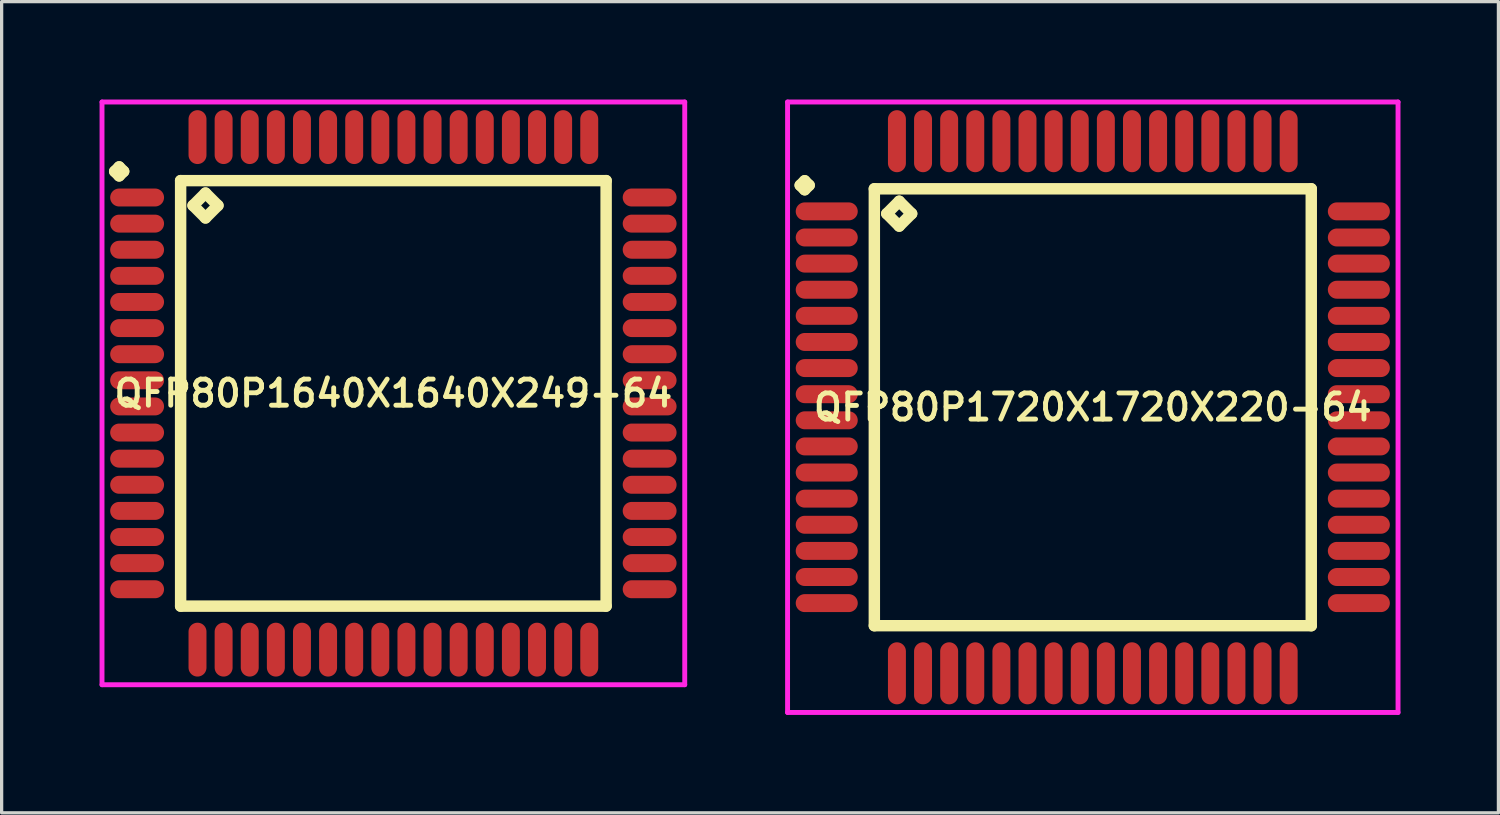
<source format=kicad_pcb>
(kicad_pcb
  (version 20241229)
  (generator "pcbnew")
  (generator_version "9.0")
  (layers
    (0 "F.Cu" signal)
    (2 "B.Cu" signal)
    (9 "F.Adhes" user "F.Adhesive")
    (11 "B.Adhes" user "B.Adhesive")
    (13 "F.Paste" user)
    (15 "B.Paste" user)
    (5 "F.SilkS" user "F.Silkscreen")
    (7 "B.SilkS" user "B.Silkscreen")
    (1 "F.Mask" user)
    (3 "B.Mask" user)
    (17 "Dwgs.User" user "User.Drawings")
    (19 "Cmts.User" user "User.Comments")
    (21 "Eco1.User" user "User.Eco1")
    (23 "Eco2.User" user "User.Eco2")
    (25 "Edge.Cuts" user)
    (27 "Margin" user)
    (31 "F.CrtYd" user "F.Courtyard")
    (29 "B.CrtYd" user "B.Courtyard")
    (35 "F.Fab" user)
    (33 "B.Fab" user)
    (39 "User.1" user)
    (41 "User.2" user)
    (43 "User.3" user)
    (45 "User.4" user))
  (footprint "QFP80P1720X1720X220-64"
    (layer "F.Cu")
    (at 30.425 9.425)
    (property "Reference" "QFP80P1720X1720X220-64" (at 0 0 0) (layer "F.SilkS") (effects (font (size 0.8 0.8) (thickness 0.15))))
    (attr smd)
    (fp_line (start -8.963 -6.8) (end -8.825 -6.938) (stroke (width 0.35) (type solid)) (layer "F.SilkS"))
    (fp_line (start -8.825 -6.938) (end -8.688 -6.8) (stroke (width 0.35) (type solid)) (layer "F.SilkS"))
    (fp_line (start -8.825 -6.662) (end -8.963 -6.8) (stroke (width 0.35) (type solid)) (layer "F.SilkS"))
    (fp_line (start -8.688 -6.8) (end -8.825 -6.662) (stroke (width 0.35) (type solid)) (layer "F.SilkS"))
    (fp_line (start -6.692 -6.692) (end -6.692 6.692) (stroke (width 0.35) (type solid)) (layer "F.SilkS"))
    (fp_line (start -6.692 6.692) (end 6.692 6.692) (stroke (width 0.35) (type solid)) (layer "F.SilkS"))
    (fp_line (start -6.311 -5.93) (end -5.93 -6.311) (stroke (width 0.35) (type solid)) (layer "F.SilkS"))
    (fp_line (start -5.93 -6.311) (end -5.549 -5.93) (stroke (width 0.35) (type solid)) (layer "F.SilkS"))
    (fp_line (start -5.93 -5.549) (end -6.311 -5.93) (stroke (width 0.35) (type solid)) (layer "F.SilkS"))
    (fp_line (start -5.549 -5.93) (end -5.93 -5.549) (stroke (width 0.35) (type solid)) (layer "F.SilkS"))
    (fp_line (start 6.692 -6.692) (end -6.692 -6.692) (stroke (width 0.35) (type solid)) (layer "F.SilkS"))
    (fp_line (start 6.692 6.692) (end 6.692 -6.692) (stroke (width 0.35) (type solid)) (layer "F.SilkS"))
    (fp_line (start -9.35 -9.35) (end 9.35 -9.35) (stroke (width 0.15) (type solid)) (layer "F.CrtYd"))
    (fp_line (start -9.35 9.35) (end -9.35 -9.35) (stroke (width 0.15) (type solid)) (layer "F.CrtYd"))
    (fp_line (start 9.35 -9.35) (end 9.35 9.35) (stroke (width 0.15) (type solid)) (layer "F.CrtYd"))
    (fp_line (start 9.35 9.35) (end -9.35 9.35) (stroke (width 0.15) (type solid)) (layer "F.CrtYd"))
    (pad "1" smd oval (at -8.15 -6) (size 1.9 0.55) (layers "F.Cu" "F.Mask" "F.Paste"))
    (pad "2" smd oval (at -8.15 -5.2) (size 1.9 0.55) (layers "F.Cu" "F.Mask" "F.Paste"))
    (pad "3" smd oval (at -8.15 -4.4) (size 1.9 0.55) (layers "F.Cu" "F.Mask" "F.Paste"))
    (pad "4" smd oval (at -8.15 -3.6) (size 1.9 0.55) (layers "F.Cu" "F.Mask" "F.Paste"))
    (pad "5" smd oval (at -8.15 -2.8) (size 1.9 0.55) (layers "F.Cu" "F.Mask" "F.Paste"))
    (pad "6" smd oval (at -8.15 -2) (size 1.9 0.55) (layers "F.Cu" "F.Mask" "F.Paste"))
    (pad "7" smd oval (at -8.15 -1.2) (size 1.9 0.55) (layers "F.Cu" "F.Mask" "F.Paste"))
    (pad "8" smd oval (at -8.15 -0.4) (size 1.9 0.55) (layers "F.Cu" "F.Mask" "F.Paste"))
    (pad "9" smd oval (at -8.15 0.4) (size 1.9 0.55) (layers "F.Cu" "F.Mask" "F.Paste"))
    (pad "10" smd oval (at -8.15 1.2) (size 1.9 0.55) (layers "F.Cu" "F.Mask" "F.Paste"))
    (pad "11" smd oval (at -8.15 2) (size 1.9 0.55) (layers "F.Cu" "F.Mask" "F.Paste"))
    (pad "12" smd oval (at -8.15 2.8) (size 1.9 0.55) (layers "F.Cu" "F.Mask" "F.Paste"))
    (pad "13" smd oval (at -8.15 3.6) (size 1.9 0.55) (layers "F.Cu" "F.Mask" "F.Paste"))
    (pad "14" smd oval (at -8.15 4.4) (size 1.9 0.55) (layers "F.Cu" "F.Mask" "F.Paste"))
    (pad "15" smd oval (at -8.15 5.2) (size 1.9 0.55) (layers "F.Cu" "F.Mask" "F.Paste"))
    (pad "16" smd oval (at -8.15 6) (size 1.9 0.55) (layers "F.Cu" "F.Mask" "F.Paste"))
    (pad "17" smd oval (at -6 8.15) (size 0.55 1.9) (layers "F.Cu" "F.Mask" "F.Paste"))
    (pad "18" smd oval (at -5.2 8.15) (size 0.55 1.9) (layers "F.Cu" "F.Mask" "F.Paste"))
    (pad "19" smd oval (at -4.4 8.15) (size 0.55 1.9) (layers "F.Cu" "F.Mask" "F.Paste"))
    (pad "20" smd oval (at -3.6 8.15) (size 0.55 1.9) (layers "F.Cu" "F.Mask" "F.Paste"))
    (pad "21" smd oval (at -2.8 8.15) (size 0.55 1.9) (layers "F.Cu" "F.Mask" "F.Paste"))
    (pad "22" smd oval (at -2 8.15) (size 0.55 1.9) (layers "F.Cu" "F.Mask" "F.Paste"))
    (pad "23" smd oval (at -1.2 8.15) (size 0.55 1.9) (layers "F.Cu" "F.Mask" "F.Paste"))
    (pad "24" smd oval (at -0.4 8.15) (size 0.55 1.9) (layers "F.Cu" "F.Mask" "F.Paste"))
    (pad "25" smd oval (at 0.4 8.15) (size 0.55 1.9) (layers "F.Cu" "F.Mask" "F.Paste"))
    (pad "26" smd oval (at 1.2 8.15) (size 0.55 1.9) (layers "F.Cu" "F.Mask" "F.Paste"))
    (pad "27" smd oval (at 2 8.15) (size 0.55 1.9) (layers "F.Cu" "F.Mask" "F.Paste"))
    (pad "28" smd oval (at 2.8 8.15) (size 0.55 1.9) (layers "F.Cu" "F.Mask" "F.Paste"))
    (pad "29" smd oval (at 3.6 8.15) (size 0.55 1.9) (layers "F.Cu" "F.Mask" "F.Paste"))
    (pad "30" smd oval (at 4.4 8.15) (size 0.55 1.9) (layers "F.Cu" "F.Mask" "F.Paste"))
    (pad "31" smd oval (at 5.2 8.15) (size 0.55 1.9) (layers "F.Cu" "F.Mask" "F.Paste"))
    (pad "32" smd oval (at 6 8.15) (size 0.55 1.9) (layers "F.Cu" "F.Mask" "F.Paste"))
    (pad "33" smd oval (at 8.15 6) (size 1.9 0.55) (layers "F.Cu" "F.Mask" "F.Paste"))
    (pad "34" smd oval (at 8.15 5.2) (size 1.9 0.55) (layers "F.Cu" "F.Mask" "F.Paste"))
    (pad "35" smd oval (at 8.15 4.4) (size 1.9 0.55) (layers "F.Cu" "F.Mask" "F.Paste"))
    (pad "36" smd oval (at 8.15 3.6) (size 1.9 0.55) (layers "F.Cu" "F.Mask" "F.Paste"))
    (pad "37" smd oval (at 8.15 2.8) (size 1.9 0.55) (layers "F.Cu" "F.Mask" "F.Paste"))
    (pad "38" smd oval (at 8.15 2) (size 1.9 0.55) (layers "F.Cu" "F.Mask" "F.Paste"))
    (pad "39" smd oval (at 8.15 1.2) (size 1.9 0.55) (layers "F.Cu" "F.Mask" "F.Paste"))
    (pad "40" smd oval (at 8.15 0.4) (size 1.9 0.55) (layers "F.Cu" "F.Mask" "F.Paste"))
    (pad "41" smd oval (at 8.15 -0.4) (size 1.9 0.55) (layers "F.Cu" "F.Mask" "F.Paste"))
    (pad "42" smd oval (at 8.15 -1.2) (size 1.9 0.55) (layers "F.Cu" "F.Mask" "F.Paste"))
    (pad "43" smd oval (at 8.15 -2) (size 1.9 0.55) (layers "F.Cu" "F.Mask" "F.Paste"))
    (pad "44" smd oval (at 8.15 -2.8) (size 1.9 0.55) (layers "F.Cu" "F.Mask" "F.Paste"))
    (pad "45" smd oval (at 8.15 -3.6) (size 1.9 0.55) (layers "F.Cu" "F.Mask" "F.Paste"))
    (pad "46" smd oval (at 8.15 -4.4) (size 1.9 0.55) (layers "F.Cu" "F.Mask" "F.Paste"))
    (pad "47" smd oval (at 8.15 -5.2) (size 1.9 0.55) (layers "F.Cu" "F.Mask" "F.Paste"))
    (pad "48" smd oval (at 8.15 -6) (size 1.9 0.55) (layers "F.Cu" "F.Mask" "F.Paste"))
    (pad "49" smd oval (at 6 -8.15) (size 0.55 1.9) (layers "F.Cu" "F.Mask" "F.Paste"))
    (pad "50" smd oval (at 5.2 -8.15) (size 0.55 1.9) (layers "F.Cu" "F.Mask" "F.Paste"))
    (pad "51" smd oval (at 4.4 -8.15) (size 0.55 1.9) (layers "F.Cu" "F.Mask" "F.Paste"))
    (pad "52" smd oval (at 3.6 -8.15) (size 0.55 1.9) (layers "F.Cu" "F.Mask" "F.Paste"))
    (pad "53" smd oval (at 2.8 -8.15) (size 0.55 1.9) (layers "F.Cu" "F.Mask" "F.Paste"))
    (pad "54" smd oval (at 2 -8.15) (size 0.55 1.9) (layers "F.Cu" "F.Mask" "F.Paste"))
    (pad "55" smd oval (at 1.2 -8.15) (size 0.55 1.9) (layers "F.Cu" "F.Mask" "F.Paste"))
    (pad "56" smd oval (at 0.4 -8.15) (size 0.55 1.9) (layers "F.Cu" "F.Mask" "F.Paste"))
    (pad "57" smd oval (at -0.4 -8.15) (size 0.55 1.9) (layers "F.Cu" "F.Mask" "F.Paste"))
    (pad "58" smd oval (at -1.2 -8.15) (size 0.55 1.9) (layers "F.Cu" "F.Mask" "F.Paste"))
    (pad "59" smd oval (at -2 -8.15) (size 0.55 1.9) (layers "F.Cu" "F.Mask" "F.Paste"))
    (pad "60" smd oval (at -2.8 -8.15) (size 0.55 1.9) (layers "F.Cu" "F.Mask" "F.Paste"))
    (pad "61" smd oval (at -3.6 -8.15) (size 0.55 1.9) (layers "F.Cu" "F.Mask" "F.Paste"))
    (pad "62" smd oval (at -4.4 -8.15) (size 0.55 1.9) (layers "F.Cu" "F.Mask" "F.Paste"))
    (pad "63" smd oval (at -5.2 -8.15) (size 0.55 1.9) (layers "F.Cu" "F.Mask" "F.Paste"))
    (pad "64" smd oval (at -6 -8.15) (size 0.55 1.9) (layers "F.Cu" "F.Mask" "F.Paste")))
  (footprint "QFP80P1640X1640X249-64"
    (layer "F.Cu")
    (at 9 9)
    (property "Reference" "QFP80P1640X1640X249-64" (at 0 0 0) (layer "F.SilkS") (effects (font (size 0.8 0.8) (thickness 0.15))))
    (attr smd)
    (fp_line (start -8.537 -6.8) (end -8.4 -6.938) (stroke (width 0.35) (type solid)) (layer "F.SilkS"))
    (fp_line (start -8.4 -6.938) (end -8.262 -6.8) (stroke (width 0.35) (type solid)) (layer "F.SilkS"))
    (fp_line (start -8.4 -6.662) (end -8.537 -6.8) (stroke (width 0.35) (type solid)) (layer "F.SilkS"))
    (fp_line (start -8.262 -6.8) (end -8.4 -6.662) (stroke (width 0.35) (type solid)) (layer "F.SilkS"))
    (fp_line (start -6.517 -6.517) (end -6.517 6.517) (stroke (width 0.35) (type solid)) (layer "F.SilkS"))
    (fp_line (start -6.517 6.517) (end 6.517 6.517) (stroke (width 0.35) (type solid)) (layer "F.SilkS"))
    (fp_line (start -6.136 -5.755) (end -5.755 -6.136) (stroke (width 0.35) (type solid)) (layer "F.SilkS"))
    (fp_line (start -5.755 -6.136) (end -5.374 -5.755) (stroke (width 0.35) (type solid)) (layer "F.SilkS"))
    (fp_line (start -5.755 -5.374) (end -6.136 -5.755) (stroke (width 0.35) (type solid)) (layer "F.SilkS"))
    (fp_line (start -5.374 -5.755) (end -5.755 -5.374) (stroke (width 0.35) (type solid)) (layer "F.SilkS"))
    (fp_line (start 6.517 -6.517) (end -6.517 -6.517) (stroke (width 0.35) (type solid)) (layer "F.SilkS"))
    (fp_line (start 6.517 6.517) (end 6.517 -6.517) (stroke (width 0.35) (type solid)) (layer "F.SilkS"))
    (fp_line (start -8.925 -8.925) (end 8.925 -8.925) (stroke (width 0.15) (type solid)) (layer "F.CrtYd"))
    (fp_line (start -8.925 8.925) (end -8.925 -8.925) (stroke (width 0.15) (type solid)) (layer "F.CrtYd"))
    (fp_line (start 8.925 -8.925) (end 8.925 8.925) (stroke (width 0.15) (type solid)) (layer "F.CrtYd"))
    (fp_line (start 8.925 8.925) (end -8.925 8.925) (stroke (width 0.15) (type solid)) (layer "F.CrtYd"))
    (pad "1" smd oval (at -7.85 -6) (size 1.65 0.55) (layers "F.Cu" "F.Mask" "F.Paste"))
    (pad "2" smd oval (at -7.85 -5.2) (size 1.65 0.55) (layers "F.Cu" "F.Mask" "F.Paste"))
    (pad "3" smd oval (at -7.85 -4.4) (size 1.65 0.55) (layers "F.Cu" "F.Mask" "F.Paste"))
    (pad "4" smd oval (at -7.85 -3.6) (size 1.65 0.55) (layers "F.Cu" "F.Mask" "F.Paste"))
    (pad "5" smd oval (at -7.85 -2.8) (size 1.65 0.55) (layers "F.Cu" "F.Mask" "F.Paste"))
    (pad "6" smd oval (at -7.85 -2) (size 1.65 0.55) (layers "F.Cu" "F.Mask" "F.Paste"))
    (pad "7" smd oval (at -7.85 -1.2) (size 1.65 0.55) (layers "F.Cu" "F.Mask" "F.Paste"))
    (pad "8" smd oval (at -7.85 -0.4) (size 1.65 0.55) (layers "F.Cu" "F.Mask" "F.Paste"))
    (pad "9" smd oval (at -7.85 0.4) (size 1.65 0.55) (layers "F.Cu" "F.Mask" "F.Paste"))
    (pad "10" smd oval (at -7.85 1.2) (size 1.65 0.55) (layers "F.Cu" "F.Mask" "F.Paste"))
    (pad "11" smd oval (at -7.85 2) (size 1.65 0.55) (layers "F.Cu" "F.Mask" "F.Paste"))
    (pad "12" smd oval (at -7.85 2.8) (size 1.65 0.55) (layers "F.Cu" "F.Mask" "F.Paste"))
    (pad "13" smd oval (at -7.85 3.6) (size 1.65 0.55) (layers "F.Cu" "F.Mask" "F.Paste"))
    (pad "14" smd oval (at -7.85 4.4) (size 1.65 0.55) (layers "F.Cu" "F.Mask" "F.Paste"))
    (pad "15" smd oval (at -7.85 5.2) (size 1.65 0.55) (layers "F.Cu" "F.Mask" "F.Paste"))
    (pad "16" smd oval (at -7.85 6) (size 1.65 0.55) (layers "F.Cu" "F.Mask" "F.Paste"))
    (pad "17" smd oval (at -6 7.85) (size 0.55 1.65) (layers "F.Cu" "F.Mask" "F.Paste"))
    (pad "18" smd oval (at -5.2 7.85) (size 0.55 1.65) (layers "F.Cu" "F.Mask" "F.Paste"))
    (pad "19" smd oval (at -4.4 7.85) (size 0.55 1.65) (layers "F.Cu" "F.Mask" "F.Paste"))
    (pad "20" smd oval (at -3.6 7.85) (size 0.55 1.65) (layers "F.Cu" "F.Mask" "F.Paste"))
    (pad "21" smd oval (at -2.8 7.85) (size 0.55 1.65) (layers "F.Cu" "F.Mask" "F.Paste"))
    (pad "22" smd oval (at -2 7.85) (size 0.55 1.65) (layers "F.Cu" "F.Mask" "F.Paste"))
    (pad "23" smd oval (at -1.2 7.85) (size 0.55 1.65) (layers "F.Cu" "F.Mask" "F.Paste"))
    (pad "24" smd oval (at -0.4 7.85) (size 0.55 1.65) (layers "F.Cu" "F.Mask" "F.Paste"))
    (pad "25" smd oval (at 0.4 7.85) (size 0.55 1.65) (layers "F.Cu" "F.Mask" "F.Paste"))
    (pad "26" smd oval (at 1.2 7.85) (size 0.55 1.65) (layers "F.Cu" "F.Mask" "F.Paste"))
    (pad "27" smd oval (at 2 7.85) (size 0.55 1.65) (layers "F.Cu" "F.Mask" "F.Paste"))
    (pad "28" smd oval (at 2.8 7.85) (size 0.55 1.65) (layers "F.Cu" "F.Mask" "F.Paste"))
    (pad "29" smd oval (at 3.6 7.85) (size 0.55 1.65) (layers "F.Cu" "F.Mask" "F.Paste"))
    (pad "30" smd oval (at 4.4 7.85) (size 0.55 1.65) (layers "F.Cu" "F.Mask" "F.Paste"))
    (pad "31" smd oval (at 5.2 7.85) (size 0.55 1.65) (layers "F.Cu" "F.Mask" "F.Paste"))
    (pad "32" smd oval (at 6 7.85) (size 0.55 1.65) (layers "F.Cu" "F.Mask" "F.Paste"))
    (pad "33" smd oval (at 7.85 6) (size 1.65 0.55) (layers "F.Cu" "F.Mask" "F.Paste"))
    (pad "34" smd oval (at 7.85 5.2) (size 1.65 0.55) (layers "F.Cu" "F.Mask" "F.Paste"))
    (pad "35" smd oval (at 7.85 4.4) (size 1.65 0.55) (layers "F.Cu" "F.Mask" "F.Paste"))
    (pad "36" smd oval (at 7.85 3.6) (size 1.65 0.55) (layers "F.Cu" "F.Mask" "F.Paste"))
    (pad "37" smd oval (at 7.85 2.8) (size 1.65 0.55) (layers "F.Cu" "F.Mask" "F.Paste"))
    (pad "38" smd oval (at 7.85 2) (size 1.65 0.55) (layers "F.Cu" "F.Mask" "F.Paste"))
    (pad "39" smd oval (at 7.85 1.2) (size 1.65 0.55) (layers "F.Cu" "F.Mask" "F.Paste"))
    (pad "40" smd oval (at 7.85 0.4) (size 1.65 0.55) (layers "F.Cu" "F.Mask" "F.Paste"))
    (pad "41" smd oval (at 7.85 -0.4) (size 1.65 0.55) (layers "F.Cu" "F.Mask" "F.Paste"))
    (pad "42" smd oval (at 7.85 -1.2) (size 1.65 0.55) (layers "F.Cu" "F.Mask" "F.Paste"))
    (pad "43" smd oval (at 7.85 -2) (size 1.65 0.55) (layers "F.Cu" "F.Mask" "F.Paste"))
    (pad "44" smd oval (at 7.85 -2.8) (size 1.65 0.55) (layers "F.Cu" "F.Mask" "F.Paste"))
    (pad "45" smd oval (at 7.85 -3.6) (size 1.65 0.55) (layers "F.Cu" "F.Mask" "F.Paste"))
    (pad "46" smd oval (at 7.85 -4.4) (size 1.65 0.55) (layers "F.Cu" "F.Mask" "F.Paste"))
    (pad "47" smd oval (at 7.85 -5.2) (size 1.65 0.55) (layers "F.Cu" "F.Mask" "F.Paste"))
    (pad "48" smd oval (at 7.85 -6) (size 1.65 0.55) (layers "F.Cu" "F.Mask" "F.Paste"))
    (pad "49" smd oval (at 6 -7.85) (size 0.55 1.65) (layers "F.Cu" "F.Mask" "F.Paste"))
    (pad "50" smd oval (at 5.2 -7.85) (size 0.55 1.65) (layers "F.Cu" "F.Mask" "F.Paste"))
    (pad "51" smd oval (at 4.4 -7.85) (size 0.55 1.65) (layers "F.Cu" "F.Mask" "F.Paste"))
    (pad "52" smd oval (at 3.6 -7.85) (size 0.55 1.65) (layers "F.Cu" "F.Mask" "F.Paste"))
    (pad "53" smd oval (at 2.8 -7.85) (size 0.55 1.65) (layers "F.Cu" "F.Mask" "F.Paste"))
    (pad "54" smd oval (at 2 -7.85) (size 0.55 1.65) (layers "F.Cu" "F.Mask" "F.Paste"))
    (pad "55" smd oval (at 1.2 -7.85) (size 0.55 1.65) (layers "F.Cu" "F.Mask" "F.Paste"))
    (pad "56" smd oval (at 0.4 -7.85) (size 0.55 1.65) (layers "F.Cu" "F.Mask" "F.Paste"))
    (pad "57" smd oval (at -0.4 -7.85) (size 0.55 1.65) (layers "F.Cu" "F.Mask" "F.Paste"))
    (pad "58" smd oval (at -1.2 -7.85) (size 0.55 1.65) (layers "F.Cu" "F.Mask" "F.Paste"))
    (pad "59" smd oval (at -2 -7.85) (size 0.55 1.65) (layers "F.Cu" "F.Mask" "F.Paste"))
    (pad "60" smd oval (at -2.8 -7.85) (size 0.55 1.65) (layers "F.Cu" "F.Mask" "F.Paste"))
    (pad "61" smd oval (at -3.6 -7.85) (size 0.55 1.65) (layers "F.Cu" "F.Mask" "F.Paste"))
    (pad "62" smd oval (at -4.4 -7.85) (size 0.55 1.65) (layers "F.Cu" "F.Mask" "F.Paste"))
    (pad "63" smd oval (at -5.2 -7.85) (size 0.55 1.65) (layers "F.Cu" "F.Mask" "F.Paste"))
    (pad "64" smd oval (at -6 -7.85) (size 0.55 1.65) (layers "F.Cu" "F.Mask" "F.Paste")))
  (gr_rect
    (start -3 -3)
    (end 42.85 21.85)
    (stroke (width 0.1) (type default))
    (fill no)
    (layer "Edge.Cuts")))
</source>
